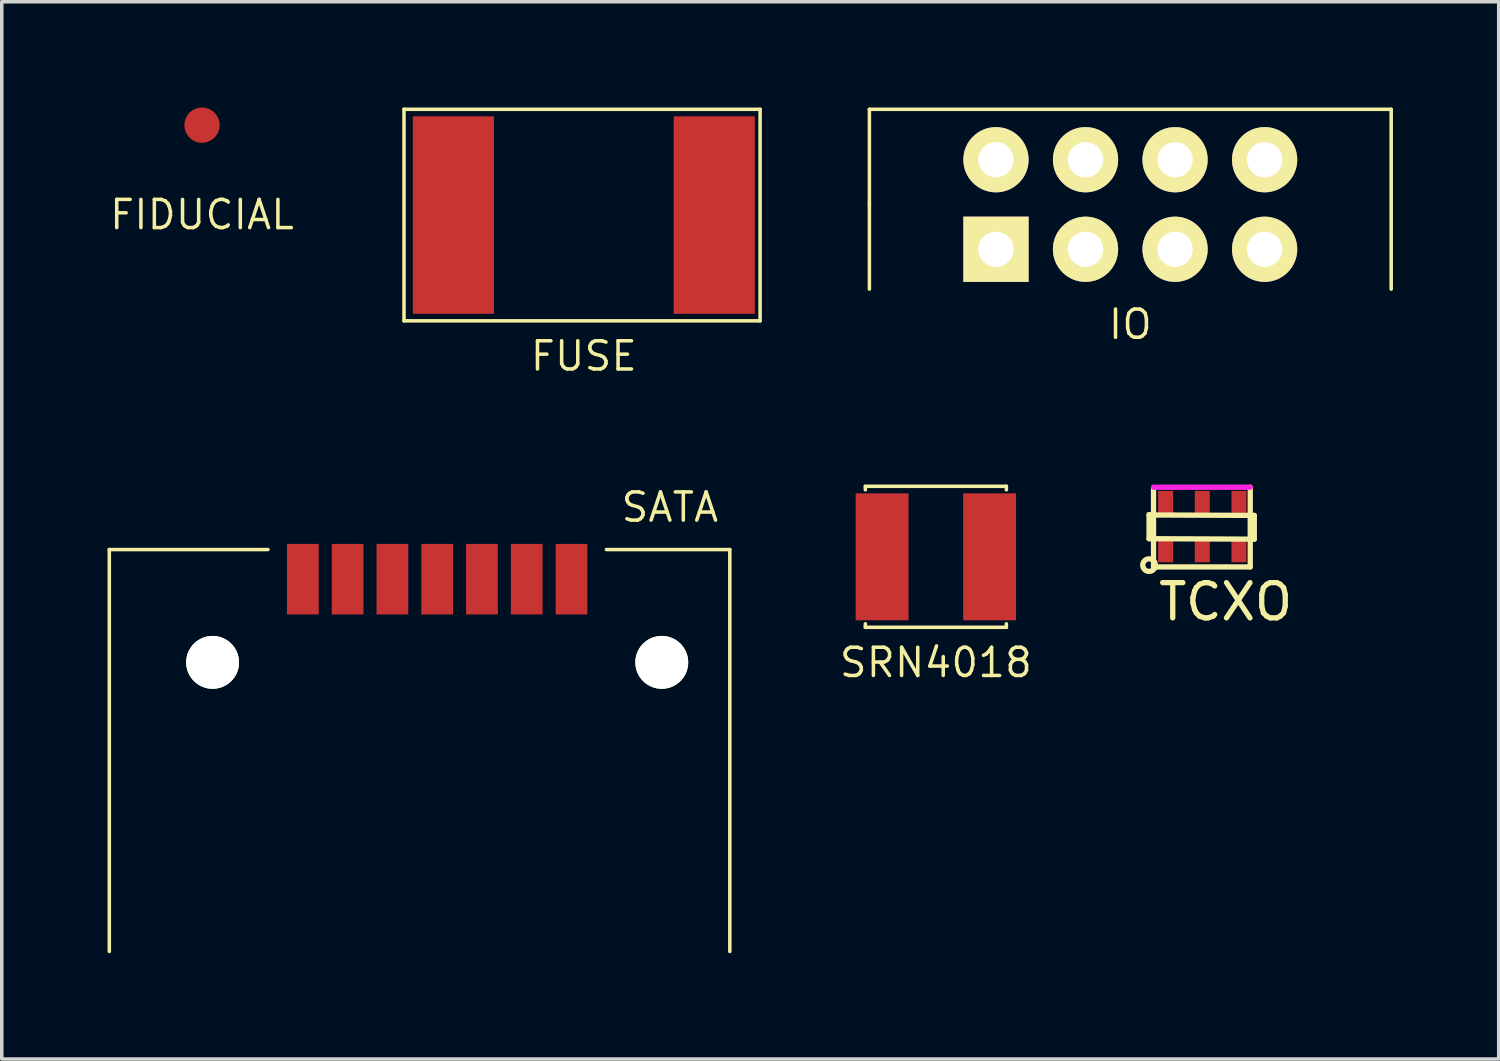
<source format=kicad_pcb>
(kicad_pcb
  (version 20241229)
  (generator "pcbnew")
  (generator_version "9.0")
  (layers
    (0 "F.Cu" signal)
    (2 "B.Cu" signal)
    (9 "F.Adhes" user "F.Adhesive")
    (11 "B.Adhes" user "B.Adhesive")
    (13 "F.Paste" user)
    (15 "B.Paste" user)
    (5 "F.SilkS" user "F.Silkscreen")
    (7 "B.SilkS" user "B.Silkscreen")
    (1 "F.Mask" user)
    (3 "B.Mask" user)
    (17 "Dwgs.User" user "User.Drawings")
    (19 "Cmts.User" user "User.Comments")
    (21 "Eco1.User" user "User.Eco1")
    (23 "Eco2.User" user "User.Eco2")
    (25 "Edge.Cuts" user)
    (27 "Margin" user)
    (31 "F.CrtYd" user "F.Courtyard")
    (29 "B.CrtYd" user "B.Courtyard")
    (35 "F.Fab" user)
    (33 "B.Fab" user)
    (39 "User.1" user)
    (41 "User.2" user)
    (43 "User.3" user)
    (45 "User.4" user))
  (footprint "TCXO"
    (layer "F.Cu")
    (at 30.011 12.585)
    (property "Reference" "TCXO" (at 1.702 1.435 0) (layer "F.SilkS") (effects (font (size 1 1) (thickness 0.15))))
    (attr through_hole)
    (fp_line (start -0.47 -1.041) (end -0.47 -0.356) (stroke (width 0.15) (type solid)) (layer "F.SilkS"))
    (fp_line (start -0.47 -0.356) (end 2.515 -0.343) (stroke (width 0.15) (type solid)) (layer "F.SilkS"))
    (fp_line (start -0.343 -1.778) (end -0.343 0.445) (stroke (width 0.15) (type solid)) (layer "F.SilkS"))
    (fp_line (start -0.343 0.445) (end 2.4 0.445) (stroke (width 0.15) (type solid)) (layer "F.SilkS"))
    (fp_line (start 2.4 0.445) (end 2.4 -1.816) (stroke (width 0.15) (type solid)) (layer "F.SilkS"))
    (fp_line (start 2.515 -1.016) (end -0.47 -1.029) (stroke (width 0.15) (type solid)) (layer "F.SilkS"))
    (fp_line (start 2.515 -0.343) (end 2.515 -1.016) (stroke (width 0.15) (type solid)) (layer "F.SilkS"))
    (fp_circle (center -0.47 0.394) (end -0.648 0.406) (stroke (width 0.15) (type solid)) (fill no) (layer "F.SilkS"))
    (fp_line (start 2.4 -1.816) (end -0.343 -1.816) (stroke (width 0.15) (type solid)) (layer "F.CrtYd"))
    (pad "1" smd rect (at 0 0) (size 0.425 0.625) (layers "F.Cu" "F.Mask" "F.Paste"))
    (pad "2" smd rect (at 1.04 0) (size 0.425 0.625) (layers "F.Cu" "F.Mask" "F.Paste"))
    (pad "3" smd rect (at 2.08 0) (size 0.425 0.625) (layers "F.Cu" "F.Mask" "F.Paste"))
    (pad "4" smd rect (at 2.08 -1.4) (size 0.425 0.625) (layers "F.Cu" "F.Mask" "F.Paste"))
    (pad "5" smd rect (at 1.04 -1.4) (size 0.425 0.625) (layers "F.Cu" "F.Mask" "F.Paste"))
    (pad "6" smd rect (at 0 -1.4) (size 0.425 0.625) (layers "F.Cu" "F.Mask" "F.Paste")))
  (footprint "SATA"
    (layer "F.Cu")
    (at 9.35 15.737)
    (property "Reference" "SATA" (at 6.6 -4.4 0) (layer "F.SilkS") (effects (font (size 0.8 0.8) (thickness 0.1))))
    (attr through_hole)
    (fp_line (start -9.3 -3.2) (end -9.3 8.2) (stroke (width 0.1) (type solid)) (layer "F.SilkS"))
    (fp_line (start -9.3 -3.2) (end -4.8 -3.2) (stroke (width 0.1) (type solid)) (layer "F.SilkS"))
    (fp_line (start 8.3 -3.2) (end 4.8 -3.2) (stroke (width 0.1) (type solid)) (layer "F.SilkS"))
    (fp_line (start 8.3 -3.2) (end 8.3 8.2) (stroke (width 0.1) (type solid)) (layer "F.SilkS"))
    (pad "" np_thru_hole circle (at -6.37 0) (size 1.5 1.5) (drill 1.5) (layers "*.Cu" "*.Mask" "F.SilkS"))
    (pad "" np_thru_hole circle (at 6.37 0) (size 1.5 1.5) (drill 1.5) (layers "*.Cu" "*.Mask" "F.SilkS"))
    (pad "1" smd rect (at 3.81 -2.36) (size 0.9 2) (layers "F.Cu" "F.Mask" "F.Paste"))
    (pad "2" smd rect (at 2.54 -2.36) (size 0.9 2) (layers "F.Cu" "F.Mask" "F.Paste"))
    (pad "3" smd rect (at 1.27 -2.36) (size 0.9 2) (layers "F.Cu" "F.Mask" "F.Paste"))
    (pad "4" smd rect (at 0 -2.36) (size 0.9 2) (layers "F.Cu" "F.Mask" "F.Paste"))
    (pad "5" smd rect (at -1.27 -2.36) (size 0.9 2) (layers "F.Cu" "F.Mask" "F.Paste"))
    (pad "6" smd rect (at -2.54 -2.36) (size 0.9 2) (layers "F.Cu" "F.Mask" "F.Paste"))
    (pad "7" smd rect (at -3.81 -2.36) (size 0.9 2) (layers "F.Cu" "F.Mask" "F.Paste")))
  (footprint "FUSE"
    (layer "F.Cu")
    (at 13.509 3.05)
    (property "Reference" "FUSE" (at 0 4 0) (layer "F.SilkS") (effects (font (size 0.8 0.8) (thickness 0.1))))
    (attr through_hole)
    (fp_line (start -5.1 -3) (end 5 -3) (stroke (width 0.1) (type solid)) (layer "F.SilkS"))
    (fp_line (start -5.1 3) (end -5.1 -3) (stroke (width 0.1) (type solid)) (layer "F.SilkS"))
    (fp_line (start 5 -3) (end 5 3) (stroke (width 0.1) (type solid)) (layer "F.SilkS"))
    (fp_line (start 5 3) (end -5.1 3) (stroke (width 0.1) (type solid)) (layer "F.SilkS"))
    (pad "1" smd rect (at -3.7 0) (size 2.3 5.6) (layers "F.Cu" "F.Mask" "F.Paste"))
    (pad "2" smd rect (at 3.7 0) (size 2.3 5.6) (layers "F.Cu" "F.Mask" "F.Paste")))
  (footprint "FIDUCIAL"
    (layer "F.Cu")
    (at 2.68 0.5)
    (property "Reference" "FIDUCIAL" (at 0 2.54 0) (layer "F.SilkS") (effects (font (size 0.8 0.8) (thickness 0.1))))
    (attr through_hole)
    (pad "1" smd circle (at 0 0) (size 1 1) (layers "F.Cu" "F.Mask" "F.Paste")))
  (footprint "SRN4018"
    (layer "F.Cu")
    (at 23.494 12.743)
    (property "Reference" "SRN4018" (at 0 3 0) (layer "F.SilkS") (effects (font (size 0.8 0.8) (thickness 0.1))))
    (attr through_hole)
    (fp_line (start -2 -2) (end 2 -2) (stroke (width 0.1) (type solid)) (layer "F.SilkS"))
    (fp_line (start -2 -1.9) (end -2 -2) (stroke (width 0.1) (type solid)) (layer "F.SilkS"))
    (fp_line (start -2 1.9) (end -2 2) (stroke (width 0.1) (type solid)) (layer "F.SilkS"))
    (fp_line (start -2 2) (end 2 2) (stroke (width 0.1) (type solid)) (layer "F.SilkS"))
    (fp_line (start 2 -2) (end 2 -1.9) (stroke (width 0.1) (type solid)) (layer "F.SilkS"))
    (fp_line (start 2 2) (end 2 1.9) (stroke (width 0.1) (type solid)) (layer "F.SilkS"))
    (pad "1" smd rect (at -1.525 0) (size 1.5 3.6) (layers "F.Cu" "F.Mask" "F.Paste"))
    (pad "2" smd rect (at 1.525 0) (size 1.5 3.6) (layers "F.Cu" "F.Mask" "F.Paste")))
  (footprint "IO"
    (layer "F.Cu")
    (at 29.009 2.75)
    (property "Reference" "IO" (at 0 3.4 0) (layer "F.SilkS") (effects (font (size 0.8 0.8) (thickness 0.1))))
    (attr through_hole)
    (fp_line (start -7.4 -2.7) (end 7.4 -2.7) (stroke (width 0.1) (type solid)) (layer "F.SilkS"))
    (fp_line (start -7.4 0) (end -7.4 -2.7) (stroke (width 0.1) (type solid)) (layer "F.SilkS"))
    (fp_line (start -7.4 0) (end -7.4 2.4) (stroke (width 0.1) (type solid)) (layer "F.SilkS"))
    (fp_line (start 7.4 -2.7) (end 7.4 2.4) (stroke (width 0.1) (type solid)) (layer "F.SilkS"))
    (pad "1" thru_hole rect (at -3.81 1.27) (size 1.85 1.85) (drill 1) (layers "*.Cu" "*.Mask" "F.SilkS"))
    (pad "2" thru_hole circle (at -3.81 -1.27) (size 1.85 1.85) (drill 1) (layers "*.Cu" "*.Mask" "F.SilkS"))
    (pad "3" thru_hole circle (at -1.27 1.27) (size 1.85 1.85) (drill 1) (layers "*.Cu" "*.Mask" "F.SilkS"))
    (pad "4" thru_hole circle (at -1.27 -1.27) (size 1.85 1.85) (drill 1) (layers "*.Cu" "*.Mask" "F.SilkS"))
    (pad "5" thru_hole circle (at 1.27 1.27) (size 1.85 1.85) (drill 1) (layers "*.Cu" "*.Mask" "F.SilkS"))
    (pad "6" thru_hole circle (at 1.27 -1.27) (size 1.85 1.85) (drill 1) (layers "*.Cu" "*.Mask" "F.SilkS"))
    (pad "7" thru_hole circle (at 3.81 1.27) (size 1.85 1.85) (drill 1) (layers "*.Cu" "*.Mask" "F.SilkS"))
    (pad "8" thru_hole circle (at 3.81 -1.27) (size 1.85 1.85) (drill 1) (layers "*.Cu" "*.Mask" "F.SilkS")))
  (gr_rect
    (start -3 -3)
    (end 39.459 26.987)
    (stroke (width 0.1) (type default))
    (fill no)
    (layer "Edge.Cuts")))
</source>
